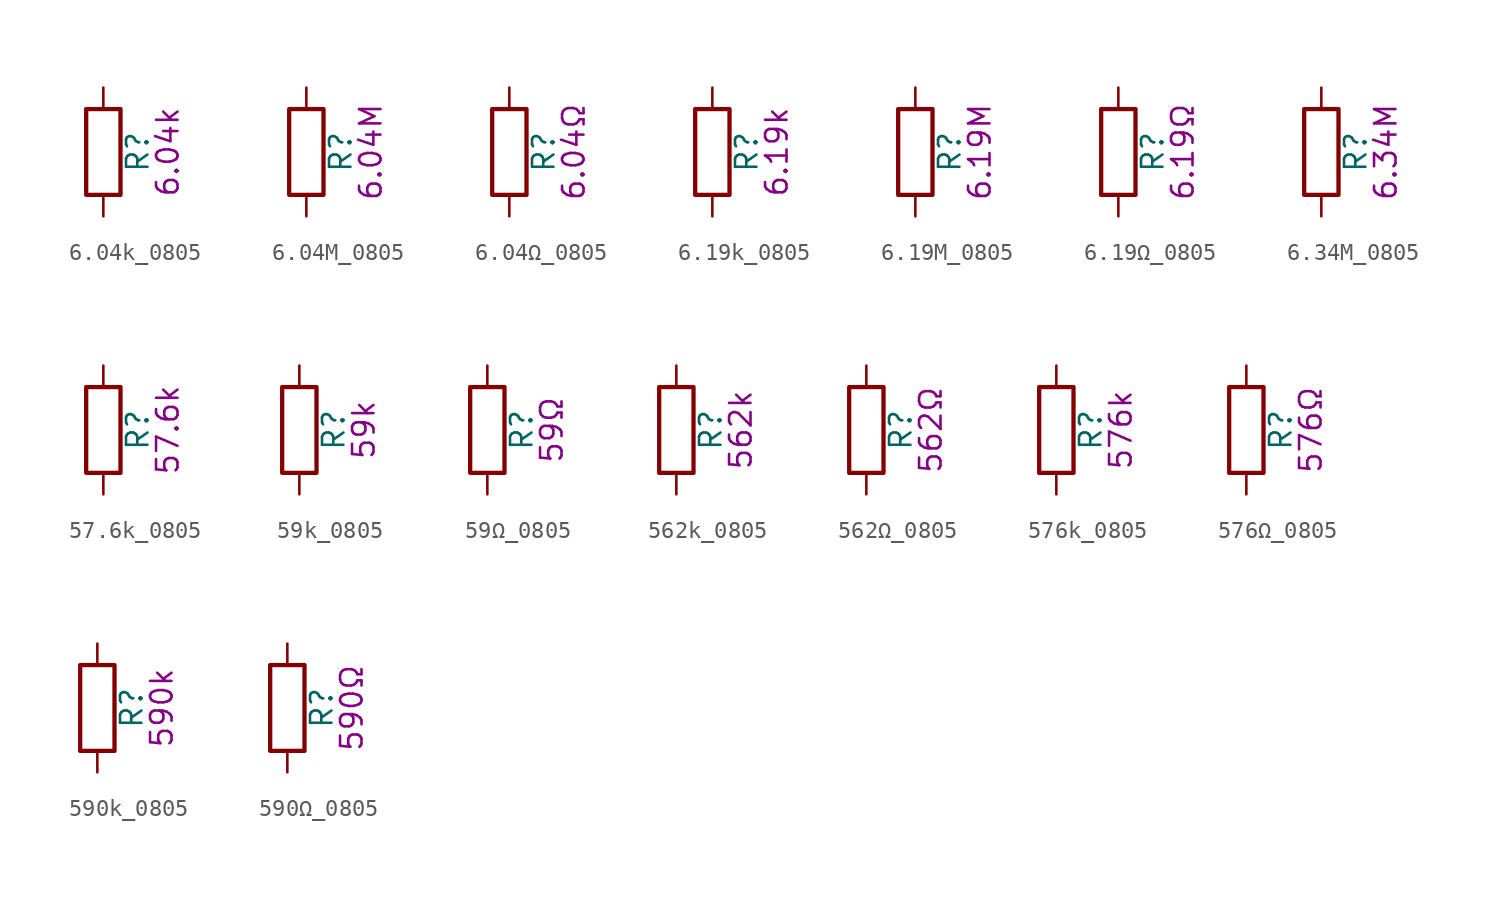
<source format=kicad_sym>
(kicad_symbol_lib
  (version 20211014)
  (generator kicad_symbol_editor)
  (symbol "6.04k_0805"
    (pin_numbers hide)
    (pin_names
      (offset 0))
    (property "Reference" "R"
      (at 2.032 0 90)
      (effects (font (size 1.27 1.27))))
    (property "Display" "6.04k"
      (at 3.81 0 90)
      (effects (font (size 1.27 1.27))))
    (symbol "6.04k_0805_0_1"
      (rectangle (start -1.016 -2.54) (end 1.016 2.54) (stroke (width 0.254) (type default) (color 0 0 0 0)) (fill (type none))))
    (symbol "6.04k_0805_1_1"
      (pin passive line (at 0 3.81 270) (length 1.27) (name "~" (effects (font (size 1.27 1.27)))) (number "1" (effects (font (size 1.27 1.27)))))
      (pin passive line (at 0 -3.81 90) (length 1.27) (name "~" (effects (font (size 1.27 1.27)))) (number "2" (effects (font (size 1.27 1.27)))))))
  (symbol "6.04M_0805"
    (pin_numbers hide)
    (pin_names
      (offset 0))
    (property "Reference" "R"
      (at 2.032 0 90)
      (effects (font (size 1.27 1.27))))
    (property "Display" "6.04M"
      (at 3.81 0 90)
      (effects (font (size 1.27 1.27))))
    (symbol "6.04M_0805_0_1"
      (rectangle (start -1.016 -2.54) (end 1.016 2.54) (stroke (width 0.254) (type default) (color 0 0 0 0)) (fill (type none))))
    (symbol "6.04M_0805_1_1"
      (pin passive line (at 0 3.81 270) (length 1.27) (name "~" (effects (font (size 1.27 1.27)))) (number "1" (effects (font (size 1.27 1.27)))))
      (pin passive line (at 0 -3.81 90) (length 1.27) (name "~" (effects (font (size 1.27 1.27)))) (number "2" (effects (font (size 1.27 1.27)))))))
  (symbol "6.04Ω_0805"
    (pin_numbers hide)
    (pin_names
      (offset 0))
    (property "Reference" "R"
      (at 2.032 0 90)
      (effects (font (size 1.27 1.27))))
    (property "Display" "6.04Ω"
      (at 3.81 0 90)
      (effects (font (size 1.27 1.27))))
    (symbol "6.04Ω_0805_0_1"
      (rectangle (start -1.016 -2.54) (end 1.016 2.54) (stroke (width 0.254) (type default) (color 0 0 0 0)) (fill (type none))))
    (symbol "6.04Ω_0805_1_1"
      (pin passive line (at 0 3.81 270) (length 1.27) (name "~" (effects (font (size 1.27 1.27)))) (number "1" (effects (font (size 1.27 1.27)))))
      (pin passive line (at 0 -3.81 90) (length 1.27) (name "~" (effects (font (size 1.27 1.27)))) (number "2" (effects (font (size 1.27 1.27)))))))
  (symbol "6.19k_0805"
    (pin_numbers hide)
    (pin_names
      (offset 0))
    (property "Reference" "R"
      (at 2.032 0 90)
      (effects (font (size 1.27 1.27))))
    (property "Display" "6.19k"
      (at 3.81 0 90)
      (effects (font (size 1.27 1.27))))
    (symbol "6.19k_0805_0_1"
      (rectangle (start -1.016 -2.54) (end 1.016 2.54) (stroke (width 0.254) (type default) (color 0 0 0 0)) (fill (type none))))
    (symbol "6.19k_0805_1_1"
      (pin passive line (at 0 3.81 270) (length 1.27) (name "~" (effects (font (size 1.27 1.27)))) (number "1" (effects (font (size 1.27 1.27)))))
      (pin passive line (at 0 -3.81 90) (length 1.27) (name "~" (effects (font (size 1.27 1.27)))) (number "2" (effects (font (size 1.27 1.27)))))))
  (symbol "6.19M_0805"
    (pin_numbers hide)
    (pin_names
      (offset 0))
    (property "Reference" "R"
      (at 2.032 0 90)
      (effects (font (size 1.27 1.27))))
    (property "Display" "6.19M"
      (at 3.81 0 90)
      (effects (font (size 1.27 1.27))))
    (symbol "6.19M_0805_0_1"
      (rectangle (start -1.016 -2.54) (end 1.016 2.54) (stroke (width 0.254) (type default) (color 0 0 0 0)) (fill (type none))))
    (symbol "6.19M_0805_1_1"
      (pin passive line (at 0 3.81 270) (length 1.27) (name "~" (effects (font (size 1.27 1.27)))) (number "1" (effects (font (size 1.27 1.27)))))
      (pin passive line (at 0 -3.81 90) (length 1.27) (name "~" (effects (font (size 1.27 1.27)))) (number "2" (effects (font (size 1.27 1.27)))))))
  (symbol "6.19Ω_0805"
    (pin_numbers hide)
    (pin_names
      (offset 0))
    (property "Reference" "R"
      (at 2.032 0 90)
      (effects (font (size 1.27 1.27))))
    (property "Display" "6.19Ω"
      (at 3.81 0 90)
      (effects (font (size 1.27 1.27))))
    (symbol "6.19Ω_0805_0_1"
      (rectangle (start -1.016 -2.54) (end 1.016 2.54) (stroke (width 0.254) (type default) (color 0 0 0 0)) (fill (type none))))
    (symbol "6.19Ω_0805_1_1"
      (pin passive line (at 0 3.81 270) (length 1.27) (name "~" (effects (font (size 1.27 1.27)))) (number "1" (effects (font (size 1.27 1.27)))))
      (pin passive line (at 0 -3.81 90) (length 1.27) (name "~" (effects (font (size 1.27 1.27)))) (number "2" (effects (font (size 1.27 1.27)))))))
  (symbol "6.34M_0805"
    (pin_numbers hide)
    (pin_names
      (offset 0))
    (property "Reference" "R"
      (at 2.032 0 90)
      (effects (font (size 1.27 1.27))))
    (property "Display" "6.34M"
      (at 3.81 0 90)
      (effects (font (size 1.27 1.27))))
    (symbol "6.34M_0805_0_1"
      (rectangle (start -1.016 -2.54) (end 1.016 2.54) (stroke (width 0.254) (type default) (color 0 0 0 0)) (fill (type none))))
    (symbol "6.34M_0805_1_1"
      (pin passive line (at 0 3.81 270) (length 1.27) (name "~" (effects (font (size 1.27 1.27)))) (number "1" (effects (font (size 1.27 1.27)))))
      (pin passive line (at 0 -3.81 90) (length 1.27) (name "~" (effects (font (size 1.27 1.27)))) (number "2" (effects (font (size 1.27 1.27)))))))
  (symbol "57.6k_0805"
    (pin_numbers hide)
    (pin_names
      (offset 0))
    (property "Reference" "R"
      (at 2.032 0 90)
      (effects (font (size 1.27 1.27))))
    (property "Display" "57.6k"
      (at 3.81 0 90)
      (effects (font (size 1.27 1.27))))
    (symbol "57.6k_0805_0_1"
      (rectangle (start -1.016 -2.54) (end 1.016 2.54) (stroke (width 0.254) (type default) (color 0 0 0 0)) (fill (type none))))
    (symbol "57.6k_0805_1_1"
      (pin passive line (at 0 3.81 270) (length 1.27) (name "~" (effects (font (size 1.27 1.27)))) (number "1" (effects (font (size 1.27 1.27)))))
      (pin passive line (at 0 -3.81 90) (length 1.27) (name "~" (effects (font (size 1.27 1.27)))) (number "2" (effects (font (size 1.27 1.27)))))))
  (symbol "59k_0805"
    (pin_numbers hide)
    (pin_names
      (offset 0))
    (property "Reference" "R"
      (at 2.032 0 90)
      (effects (font (size 1.27 1.27))))
    (property "Display" "59k"
      (at 3.81 0 90)
      (effects (font (size 1.27 1.27))))
    (symbol "59k_0805_0_1"
      (rectangle (start -1.016 -2.54) (end 1.016 2.54) (stroke (width 0.254) (type default) (color 0 0 0 0)) (fill (type none))))
    (symbol "59k_0805_1_1"
      (pin passive line (at 0 3.81 270) (length 1.27) (name "~" (effects (font (size 1.27 1.27)))) (number "1" (effects (font (size 1.27 1.27)))))
      (pin passive line (at 0 -3.81 90) (length 1.27) (name "~" (effects (font (size 1.27 1.27)))) (number "2" (effects (font (size 1.27 1.27)))))))
  (symbol "59Ω_0805"
    (pin_numbers hide)
    (pin_names
      (offset 0))
    (property "Reference" "R"
      (at 2.032 0 90)
      (effects (font (size 1.27 1.27))))
    (property "Display" "59Ω"
      (at 3.81 0 90)
      (effects (font (size 1.27 1.27))))
    (symbol "59Ω_0805_0_1"
      (rectangle (start -1.016 -2.54) (end 1.016 2.54) (stroke (width 0.254) (type default) (color 0 0 0 0)) (fill (type none))))
    (symbol "59Ω_0805_1_1"
      (pin passive line (at 0 3.81 270) (length 1.27) (name "~" (effects (font (size 1.27 1.27)))) (number "1" (effects (font (size 1.27 1.27)))))
      (pin passive line (at 0 -3.81 90) (length 1.27) (name "~" (effects (font (size 1.27 1.27)))) (number "2" (effects (font (size 1.27 1.27)))))))
  (symbol "562k_0805"
    (pin_numbers hide)
    (pin_names
      (offset 0))
    (property "Reference" "R"
      (at 2.032 0 90)
      (effects (font (size 1.27 1.27))))
    (property "Display" "562k"
      (at 3.81 0 90)
      (effects (font (size 1.27 1.27))))
    (symbol "562k_0805_0_1"
      (rectangle (start -1.016 -2.54) (end 1.016 2.54) (stroke (width 0.254) (type default) (color 0 0 0 0)) (fill (type none))))
    (symbol "562k_0805_1_1"
      (pin passive line (at 0 3.81 270) (length 1.27) (name "~" (effects (font (size 1.27 1.27)))) (number "1" (effects (font (size 1.27 1.27)))))
      (pin passive line (at 0 -3.81 90) (length 1.27) (name "~" (effects (font (size 1.27 1.27)))) (number "2" (effects (font (size 1.27 1.27)))))))
  (symbol "562Ω_0805"
    (pin_numbers hide)
    (pin_names
      (offset 0))
    (property "Reference" "R"
      (at 2.032 0 90)
      (effects (font (size 1.27 1.27))))
    (property "Display" "562Ω"
      (at 3.81 0 90)
      (effects (font (size 1.27 1.27))))
    (symbol "562Ω_0805_0_1"
      (rectangle (start -1.016 -2.54) (end 1.016 2.54) (stroke (width 0.254) (type default) (color 0 0 0 0)) (fill (type none))))
    (symbol "562Ω_0805_1_1"
      (pin passive line (at 0 3.81 270) (length 1.27) (name "~" (effects (font (size 1.27 1.27)))) (number "1" (effects (font (size 1.27 1.27)))))
      (pin passive line (at 0 -3.81 90) (length 1.27) (name "~" (effects (font (size 1.27 1.27)))) (number "2" (effects (font (size 1.27 1.27)))))))
  (symbol "576k_0805"
    (pin_numbers hide)
    (pin_names
      (offset 0))
    (property "Reference" "R"
      (at 2.032 0 90)
      (effects (font (size 1.27 1.27))))
    (property "Display" "576k"
      (at 3.81 0 90)
      (effects (font (size 1.27 1.27))))
    (symbol "576k_0805_0_1"
      (rectangle (start -1.016 -2.54) (end 1.016 2.54) (stroke (width 0.254) (type default) (color 0 0 0 0)) (fill (type none))))
    (symbol "576k_0805_1_1"
      (pin passive line (at 0 3.81 270) (length 1.27) (name "~" (effects (font (size 1.27 1.27)))) (number "1" (effects (font (size 1.27 1.27)))))
      (pin passive line (at 0 -3.81 90) (length 1.27) (name "~" (effects (font (size 1.27 1.27)))) (number "2" (effects (font (size 1.27 1.27)))))))
  (symbol "576Ω_0805"
    (pin_numbers hide)
    (pin_names
      (offset 0))
    (property "Reference" "R"
      (at 2.032 0 90)
      (effects (font (size 1.27 1.27))))
    (property "Display" "576Ω"
      (at 3.81 0 90)
      (effects (font (size 1.27 1.27))))
    (symbol "576Ω_0805_0_1"
      (rectangle (start -1.016 -2.54) (end 1.016 2.54) (stroke (width 0.254) (type default) (color 0 0 0 0)) (fill (type none))))
    (symbol "576Ω_0805_1_1"
      (pin passive line (at 0 3.81 270) (length 1.27) (name "~" (effects (font (size 1.27 1.27)))) (number "1" (effects (font (size 1.27 1.27)))))
      (pin passive line (at 0 -3.81 90) (length 1.27) (name "~" (effects (font (size 1.27 1.27)))) (number "2" (effects (font (size 1.27 1.27)))))))
  (symbol "590k_0805"
    (pin_numbers hide)
    (pin_names
      (offset 0))
    (property "Reference" "R"
      (at 2.032 0 90)
      (effects (font (size 1.27 1.27))))
    (property "Display" "590k"
      (at 3.81 0 90)
      (effects (font (size 1.27 1.27))))
    (symbol "590k_0805_0_1"
      (rectangle (start -1.016 -2.54) (end 1.016 2.54) (stroke (width 0.254) (type default) (color 0 0 0 0)) (fill (type none))))
    (symbol "590k_0805_1_1"
      (pin passive line (at 0 3.81 270) (length 1.27) (name "~" (effects (font (size 1.27 1.27)))) (number "1" (effects (font (size 1.27 1.27)))))
      (pin passive line (at 0 -3.81 90) (length 1.27) (name "~" (effects (font (size 1.27 1.27)))) (number "2" (effects (font (size 1.27 1.27)))))))
  (symbol "590Ω_0805"
    (pin_numbers hide)
    (pin_names
      (offset 0))
    (property "Reference" "R"
      (at 2.032 0 90)
      (effects (font (size 1.27 1.27))))
    (property "Display" "590Ω"
      (at 3.81 0 90)
      (effects (font (size 1.27 1.27))))
    (symbol "590Ω_0805_0_1"
      (rectangle (start -1.016 -2.54) (end 1.016 2.54) (stroke (width 0.254) (type default) (color 0 0 0 0)) (fill (type none))))
    (symbol "590Ω_0805_1_1"
      (pin passive line (at 0 3.81 270) (length 1.27) (name "~" (effects (font (size 1.27 1.27)))) (number "1" (effects (font (size 1.27 1.27)))))
      (pin passive line (at 0 -3.81 90) (length 1.27) (name "~" (effects (font (size 1.27 1.27)))) (number "2" (effects (font (size 1.27 1.27))))))))
</source>
